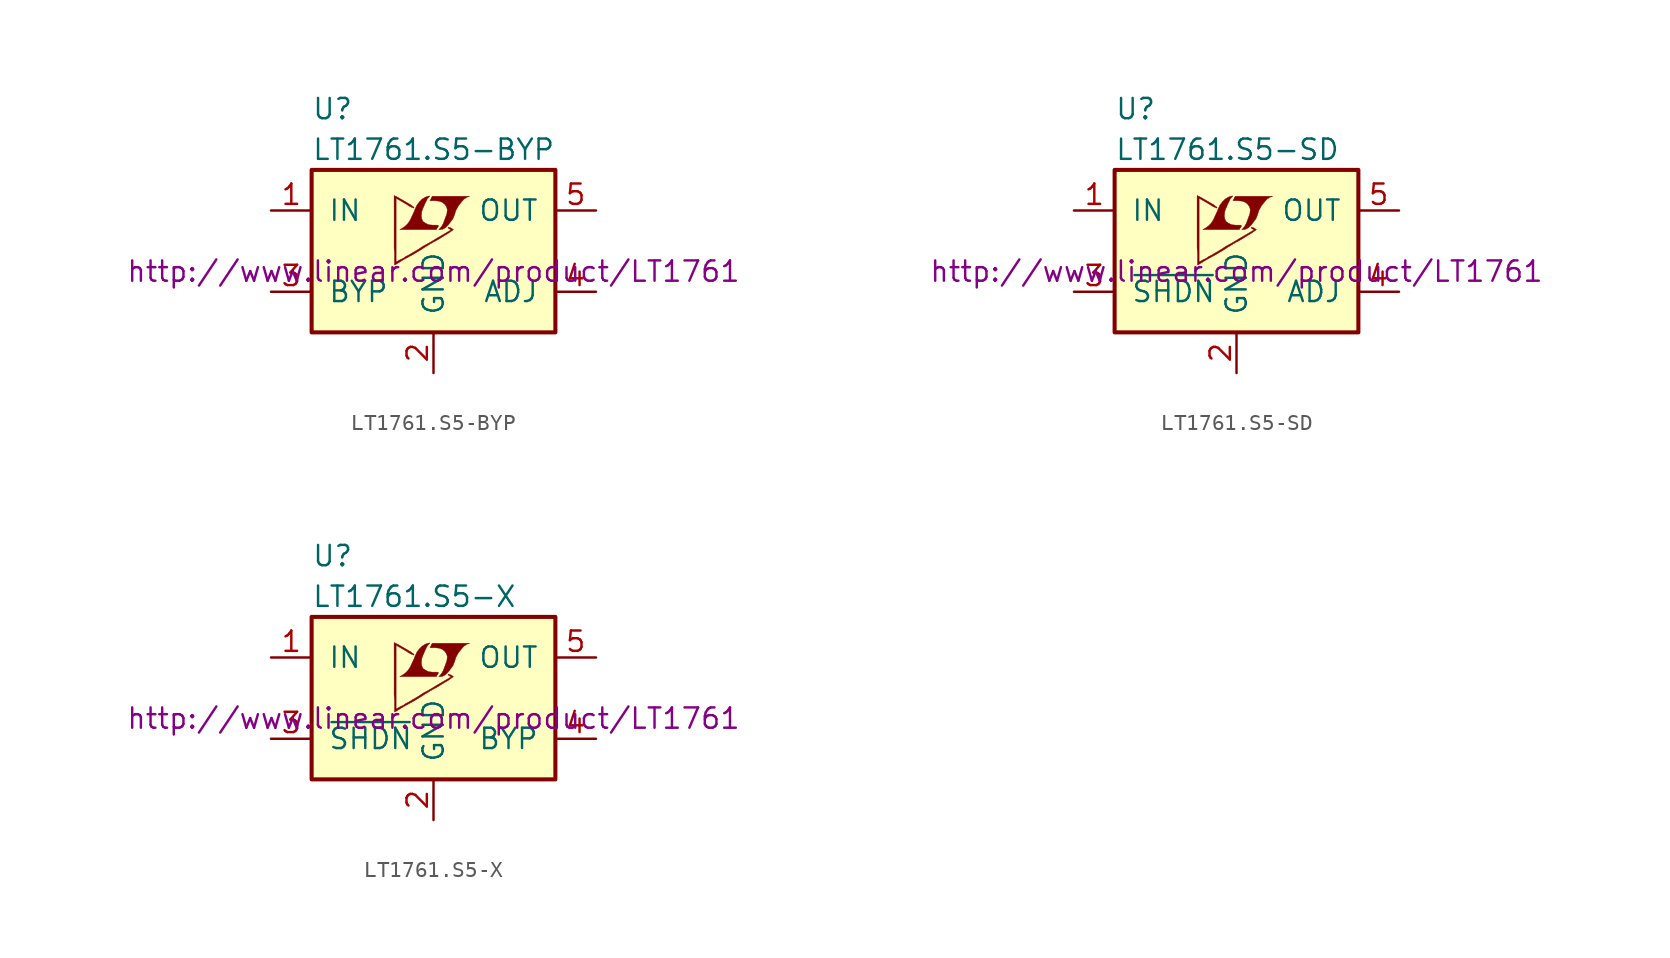
<source format=kicad_sym>
(kicad_symbol_lib
  (version 20201005)
  (generator kicad_symbol_editor)
  (symbol "LT1761.S5-BYP"
    (pin_names
      (offset 1.016))
    (property "Reference" "U"
      (at -7.62 8.89 0)
      (effects (font (size 1.27 1.27)) (justify left)))
    (property "Value" "LT1761.S5-BYP"
      (at -7.62 6.35 0)
      (effects (font (size 1.27 1.27)) (justify left)))
    (property "Datasheet" "http://www.linear.com/product/LT1761"
      (at 0 -1.27 0)
      (effects (font (size 1.27 1.27))))
    (symbol "LT1761.S5-BYP_0_0"
      (polyline (pts (xy 0.584 1.372) (xy 0.762 1.473) (xy 0.914 1.626) (xy 1.219 2.032) (xy 1.321 2.286) (xy 1.397 2.54) (xy 1.549 2.819) (xy 1.727 3.048) (xy 1.905 3.251) (xy 2.108 3.378) (xy 2.261 3.429) (xy -0.076 3.429) (xy -0.152 3.302) (xy -0.152 3.277) (xy -0.203 3.2) (xy -0.229 3.175) (xy -0.178 3.15) (xy 0.102 3.15) (xy 0.356 3.124) (xy 0.559 3.048) (xy 0.711 2.921) (xy 0.813 2.769) (xy 0.864 2.591) (xy 0.838 2.362) (xy 0.838 2.337) (xy 0.61 1.727) (xy 0.508 1.549) (xy 0.406 1.422) (xy 0.33 1.346) (xy 0.432 1.346) (xy 0.584 1.372)) (stroke (width 0.025)) (fill (type outline)))
      (polyline (pts (xy 0.229 1.448) (xy 0.254 1.473) (xy 0.305 1.549) (xy 0.305 1.6) (xy 0.254 1.626) (xy -0.051 1.626) (xy -0.305 1.651) (xy -0.508 1.753) (xy -0.66 1.854) (xy -0.737 2.032) (xy -0.762 2.21) (xy -0.737 2.438) (xy -0.737 2.464) (xy -0.686 2.616) (xy -0.533 2.972) (xy -0.381 3.277) (xy -0.305 3.353) (xy -0.229 3.454) (xy -0.356 3.429) (xy -0.508 3.378) (xy -0.711 3.251) (xy -0.889 3.073) (xy -1.041 2.87) (xy -1.168 2.591) (xy -1.168 2.565) (xy -1.321 2.235) (xy -1.448 1.956) (xy -1.6 1.727) (xy -1.753 1.575) (xy -1.93 1.448) (xy -2.108 1.346) (xy 0.178 1.346) (xy 0.229 1.448)) (stroke (width 0.025)) (fill (type outline)))
      (polyline (pts (xy -2.362 -0.838) (xy -2.286 -0.787) (xy -2.159 -0.711) (xy -2.083 -0.66) (xy -1.829 -0.508) (xy -1.27 -0.203) (xy -0.762 0.102) (xy -0.533 0.254) (xy -0.356 0.356) (xy -0.203 0.457) (xy -0.102 0.508) (xy -0.025 0.559) (xy 0.127 0.635) (xy 0.305 0.737) (xy 0.711 0.991) (xy 0.889 1.092) (xy 1.041 1.194) (xy 1.143 1.27) (xy 1.219 1.321) (xy 1.245 1.346) (xy 1.092 1.448) (xy 0.94 1.499) (xy 0.914 1.473) (xy 0.914 1.448) (xy 0.991 1.397) (xy 1.092 1.321) (xy 0.178 0.787) (xy -0.025 0.66) (xy -0.33 0.483) (xy -0.66 0.305) (xy -0.965 0.102) (xy -1.27 -0.076) (xy -1.524 -0.229) (xy -1.727 -0.33) (xy -1.905 -0.457) (xy -2.083 -0.533) (xy -2.21 -0.61) (xy -2.311 -0.66) (xy -2.337 -0.686) (xy -2.337 3.302) (xy -1.803 2.997) (xy -1.676 2.921) (xy -1.524 2.819) (xy -1.372 2.743) (xy -1.295 2.718) (xy -1.245 2.692) (xy -1.219 2.692) (xy -1.219 2.743) (xy -1.295 2.794) (xy -1.422 2.896) (xy -1.6 2.997) (xy -1.727 3.073) (xy -2.083 3.277) (xy -2.21 3.353) (xy -2.464 3.48) (xy -2.464 0.203) (xy -2.438 -0.102) (xy -2.438 -0.864) (xy -2.413 -0.864) (xy -2.362 -0.838)) (stroke (width 0.025)) (fill (type outline))))
    (symbol "LT1761.S5-BYP_0_1"
      (rectangle (start -7.62 5.08) (end 7.62 -5.08) (stroke (width 0.254)) (fill (type background))))
    (symbol "LT1761.S5-BYP_1_1"
      (pin power_in line (at -10.16 2.54 0) (length 2.54) (name "IN" (effects (font (size 1.27 1.27)))) (number "1" (effects (font (size 1.27 1.27)))))
      (pin power_in line (at 0 -7.62 90) (length 2.54) (name "GND" (effects (font (size 1.27 1.27)))) (number "2" (effects (font (size 1.27 1.27)))))
      (pin passive line (at -10.16 -2.54 0) (length 2.54) (name "BYP" (effects (font (size 1.27 1.27)))) (number "3" (effects (font (size 1.27 1.27)))))
      (pin passive line (at 10.16 -2.54 180) (length 2.54) (name "ADJ" (effects (font (size 1.27 1.27)))) (number "4" (effects (font (size 1.27 1.27)))))
      (pin power_out line (at 10.16 2.54 180) (length 2.54) (name "OUT" (effects (font (size 1.27 1.27)))) (number "5" (effects (font (size 1.27 1.27)))))))
  (symbol "LT1761.S5-SD"
    (pin_names
      (offset 1.016))
    (property "Reference" "U"
      (at -7.62 8.89 0)
      (effects (font (size 1.27 1.27)) (justify left)))
    (property "Value" "LT1761.S5-SD"
      (at -7.62 6.35 0)
      (effects (font (size 1.27 1.27)) (justify left)))
    (property "Datasheet" "http://www.linear.com/product/LT1761"
      (at 0 -1.27 0)
      (effects (font (size 1.27 1.27))))
    (symbol "LT1761.S5-SD_0_0"
      (polyline (pts (xy 0.584 1.372) (xy 0.762 1.473) (xy 0.914 1.626) (xy 1.219 2.032) (xy 1.321 2.286) (xy 1.397 2.54) (xy 1.549 2.819) (xy 1.727 3.048) (xy 1.905 3.251) (xy 2.108 3.378) (xy 2.261 3.429) (xy -0.076 3.429) (xy -0.152 3.302) (xy -0.152 3.277) (xy -0.203 3.2) (xy -0.229 3.175) (xy -0.178 3.15) (xy 0.102 3.15) (xy 0.356 3.124) (xy 0.559 3.048) (xy 0.711 2.921) (xy 0.813 2.769) (xy 0.864 2.591) (xy 0.838 2.362) (xy 0.838 2.337) (xy 0.61 1.727) (xy 0.508 1.549) (xy 0.406 1.422) (xy 0.33 1.346) (xy 0.432 1.346) (xy 0.584 1.372)) (stroke (width 0.025)) (fill (type outline)))
      (polyline (pts (xy 0.229 1.448) (xy 0.254 1.473) (xy 0.305 1.549) (xy 0.305 1.6) (xy 0.254 1.626) (xy -0.051 1.626) (xy -0.305 1.651) (xy -0.508 1.753) (xy -0.66 1.854) (xy -0.737 2.032) (xy -0.762 2.21) (xy -0.737 2.438) (xy -0.737 2.464) (xy -0.686 2.616) (xy -0.533 2.972) (xy -0.381 3.277) (xy -0.305 3.353) (xy -0.229 3.454) (xy -0.356 3.429) (xy -0.508 3.378) (xy -0.711 3.251) (xy -0.889 3.073) (xy -1.041 2.87) (xy -1.168 2.591) (xy -1.168 2.565) (xy -1.321 2.235) (xy -1.448 1.956) (xy -1.6 1.727) (xy -1.753 1.575) (xy -1.93 1.448) (xy -2.108 1.346) (xy 0.178 1.346) (xy 0.229 1.448)) (stroke (width 0.025)) (fill (type outline)))
      (polyline (pts (xy -2.362 -0.838) (xy -2.286 -0.787) (xy -2.159 -0.711) (xy -2.083 -0.66) (xy -1.829 -0.508) (xy -1.27 -0.203) (xy -0.762 0.102) (xy -0.533 0.254) (xy -0.356 0.356) (xy -0.203 0.457) (xy -0.102 0.508) (xy -0.025 0.559) (xy 0.127 0.635) (xy 0.305 0.737) (xy 0.711 0.991) (xy 0.889 1.092) (xy 1.041 1.194) (xy 1.143 1.27) (xy 1.219 1.321) (xy 1.245 1.346) (xy 1.092 1.448) (xy 0.94 1.499) (xy 0.914 1.473) (xy 0.914 1.448) (xy 0.991 1.397) (xy 1.092 1.321) (xy 0.178 0.787) (xy -0.025 0.66) (xy -0.33 0.483) (xy -0.66 0.305) (xy -0.965 0.102) (xy -1.27 -0.076) (xy -1.524 -0.229) (xy -1.727 -0.33) (xy -1.905 -0.457) (xy -2.083 -0.533) (xy -2.21 -0.61) (xy -2.311 -0.66) (xy -2.337 -0.686) (xy -2.337 3.302) (xy -1.803 2.997) (xy -1.676 2.921) (xy -1.524 2.819) (xy -1.372 2.743) (xy -1.295 2.718) (xy -1.245 2.692) (xy -1.219 2.692) (xy -1.219 2.743) (xy -1.295 2.794) (xy -1.422 2.896) (xy -1.6 2.997) (xy -1.727 3.073) (xy -2.083 3.277) (xy -2.21 3.353) (xy -2.464 3.48) (xy -2.464 0.203) (xy -2.438 -0.102) (xy -2.438 -0.864) (xy -2.413 -0.864) (xy -2.362 -0.838)) (stroke (width 0.025)) (fill (type outline))))
    (symbol "LT1761.S5-SD_0_1"
      (rectangle (start -7.62 5.08) (end 7.62 -5.08) (stroke (width 0.254)) (fill (type background))))
    (symbol "LT1761.S5-SD_1_1"
      (pin power_in line (at -10.16 2.54 0) (length 2.54) (name "IN" (effects (font (size 1.27 1.27)))) (number "1" (effects (font (size 1.27 1.27)))))
      (pin power_in line (at 0 -7.62 90) (length 2.54) (name "GND" (effects (font (size 1.27 1.27)))) (number "2" (effects (font (size 1.27 1.27)))))
      (pin passive line (at -10.16 -2.54 0) (length 2.54) (name "~SHDN~" (effects (font (size 1.27 1.27)))) (number "3" (effects (font (size 1.27 1.27)))))
      (pin passive line (at 10.16 -2.54 180) (length 2.54) (name "ADJ" (effects (font (size 1.27 1.27)))) (number "4" (effects (font (size 1.27 1.27)))))
      (pin power_out line (at 10.16 2.54 180) (length 2.54) (name "OUT" (effects (font (size 1.27 1.27)))) (number "5" (effects (font (size 1.27 1.27)))))))
  (symbol "LT1761.S5-X"
    (pin_names
      (offset 1.016))
    (property "Reference" "U"
      (at -7.62 8.89 0)
      (effects (font (size 1.27 1.27)) (justify left)))
    (property "Value" "LT1761.S5-X"
      (at -7.62 6.35 0)
      (effects (font (size 1.27 1.27)) (justify left)))
    (property "Datasheet" "http://www.linear.com/product/LT1761"
      (at 0 -1.27 0)
      (effects (font (size 1.27 1.27))))
    (symbol "LT1761.S5-X_0_0"
      (polyline (pts (xy 0.584 1.372) (xy 0.762 1.473) (xy 0.914 1.626) (xy 1.219 2.032) (xy 1.321 2.286) (xy 1.397 2.54) (xy 1.549 2.819) (xy 1.727 3.048) (xy 1.905 3.251) (xy 2.108 3.378) (xy 2.261 3.429) (xy -0.076 3.429) (xy -0.152 3.302) (xy -0.152 3.277) (xy -0.203 3.2) (xy -0.229 3.175) (xy -0.178 3.15) (xy 0.102 3.15) (xy 0.356 3.124) (xy 0.559 3.048) (xy 0.711 2.921) (xy 0.813 2.769) (xy 0.864 2.591) (xy 0.838 2.362) (xy 0.838 2.337) (xy 0.61 1.727) (xy 0.508 1.549) (xy 0.406 1.422) (xy 0.33 1.346) (xy 0.432 1.346) (xy 0.584 1.372)) (stroke (width 0.025)) (fill (type outline)))
      (polyline (pts (xy 0.229 1.448) (xy 0.254 1.473) (xy 0.305 1.549) (xy 0.305 1.6) (xy 0.254 1.626) (xy -0.051 1.626) (xy -0.305 1.651) (xy -0.508 1.753) (xy -0.66 1.854) (xy -0.737 2.032) (xy -0.762 2.21) (xy -0.737 2.438) (xy -0.737 2.464) (xy -0.686 2.616) (xy -0.533 2.972) (xy -0.381 3.277) (xy -0.305 3.353) (xy -0.229 3.454) (xy -0.356 3.429) (xy -0.508 3.378) (xy -0.711 3.251) (xy -0.889 3.073) (xy -1.041 2.87) (xy -1.168 2.591) (xy -1.168 2.565) (xy -1.321 2.235) (xy -1.448 1.956) (xy -1.6 1.727) (xy -1.753 1.575) (xy -1.93 1.448) (xy -2.108 1.346) (xy 0.178 1.346) (xy 0.229 1.448)) (stroke (width 0.025)) (fill (type outline)))
      (polyline (pts (xy -2.362 -0.838) (xy -2.286 -0.787) (xy -2.159 -0.711) (xy -2.083 -0.66) (xy -1.829 -0.508) (xy -1.27 -0.203) (xy -0.762 0.102) (xy -0.533 0.254) (xy -0.356 0.356) (xy -0.203 0.457) (xy -0.102 0.508) (xy -0.025 0.559) (xy 0.127 0.635) (xy 0.305 0.737) (xy 0.711 0.991) (xy 0.889 1.092) (xy 1.041 1.194) (xy 1.143 1.27) (xy 1.219 1.321) (xy 1.245 1.346) (xy 1.092 1.448) (xy 0.94 1.499) (xy 0.914 1.473) (xy 0.914 1.448) (xy 0.991 1.397) (xy 1.092 1.321) (xy 0.178 0.787) (xy -0.025 0.66) (xy -0.33 0.483) (xy -0.66 0.305) (xy -0.965 0.102) (xy -1.27 -0.076) (xy -1.524 -0.229) (xy -1.727 -0.33) (xy -1.905 -0.457) (xy -2.083 -0.533) (xy -2.21 -0.61) (xy -2.311 -0.66) (xy -2.337 -0.686) (xy -2.337 3.302) (xy -1.803 2.997) (xy -1.676 2.921) (xy -1.524 2.819) (xy -1.372 2.743) (xy -1.295 2.718) (xy -1.245 2.692) (xy -1.219 2.692) (xy -1.219 2.743) (xy -1.295 2.794) (xy -1.422 2.896) (xy -1.6 2.997) (xy -1.727 3.073) (xy -2.083 3.277) (xy -2.21 3.353) (xy -2.464 3.48) (xy -2.464 0.203) (xy -2.438 -0.102) (xy -2.438 -0.864) (xy -2.413 -0.864) (xy -2.362 -0.838)) (stroke (width 0.025)) (fill (type outline))))
    (symbol "LT1761.S5-X_0_1"
      (rectangle (start -7.62 5.08) (end 7.62 -5.08) (stroke (width 0.254)) (fill (type background))))
    (symbol "LT1761.S5-X_1_1"
      (pin power_in line (at -10.16 2.54 0) (length 2.54) (name "IN" (effects (font (size 1.27 1.27)))) (number "1" (effects (font (size 1.27 1.27)))))
      (pin power_in line (at 0 -7.62 90) (length 2.54) (name "GND" (effects (font (size 1.27 1.27)))) (number "2" (effects (font (size 1.27 1.27)))))
      (pin passive line (at -10.16 -2.54 0) (length 2.54) (name "~SHDN~" (effects (font (size 1.27 1.27)))) (number "3" (effects (font (size 1.27 1.27)))))
      (pin passive line (at 10.16 -2.54 180) (length 2.54) (name "BYP" (effects (font (size 1.27 1.27)))) (number "4" (effects (font (size 1.27 1.27)))))
      (pin power_out line (at 10.16 2.54 180) (length 2.54) (name "OUT" (effects (font (size 1.27 1.27)))) (number "5" (effects (font (size 1.27 1.27))))))))
</source>
